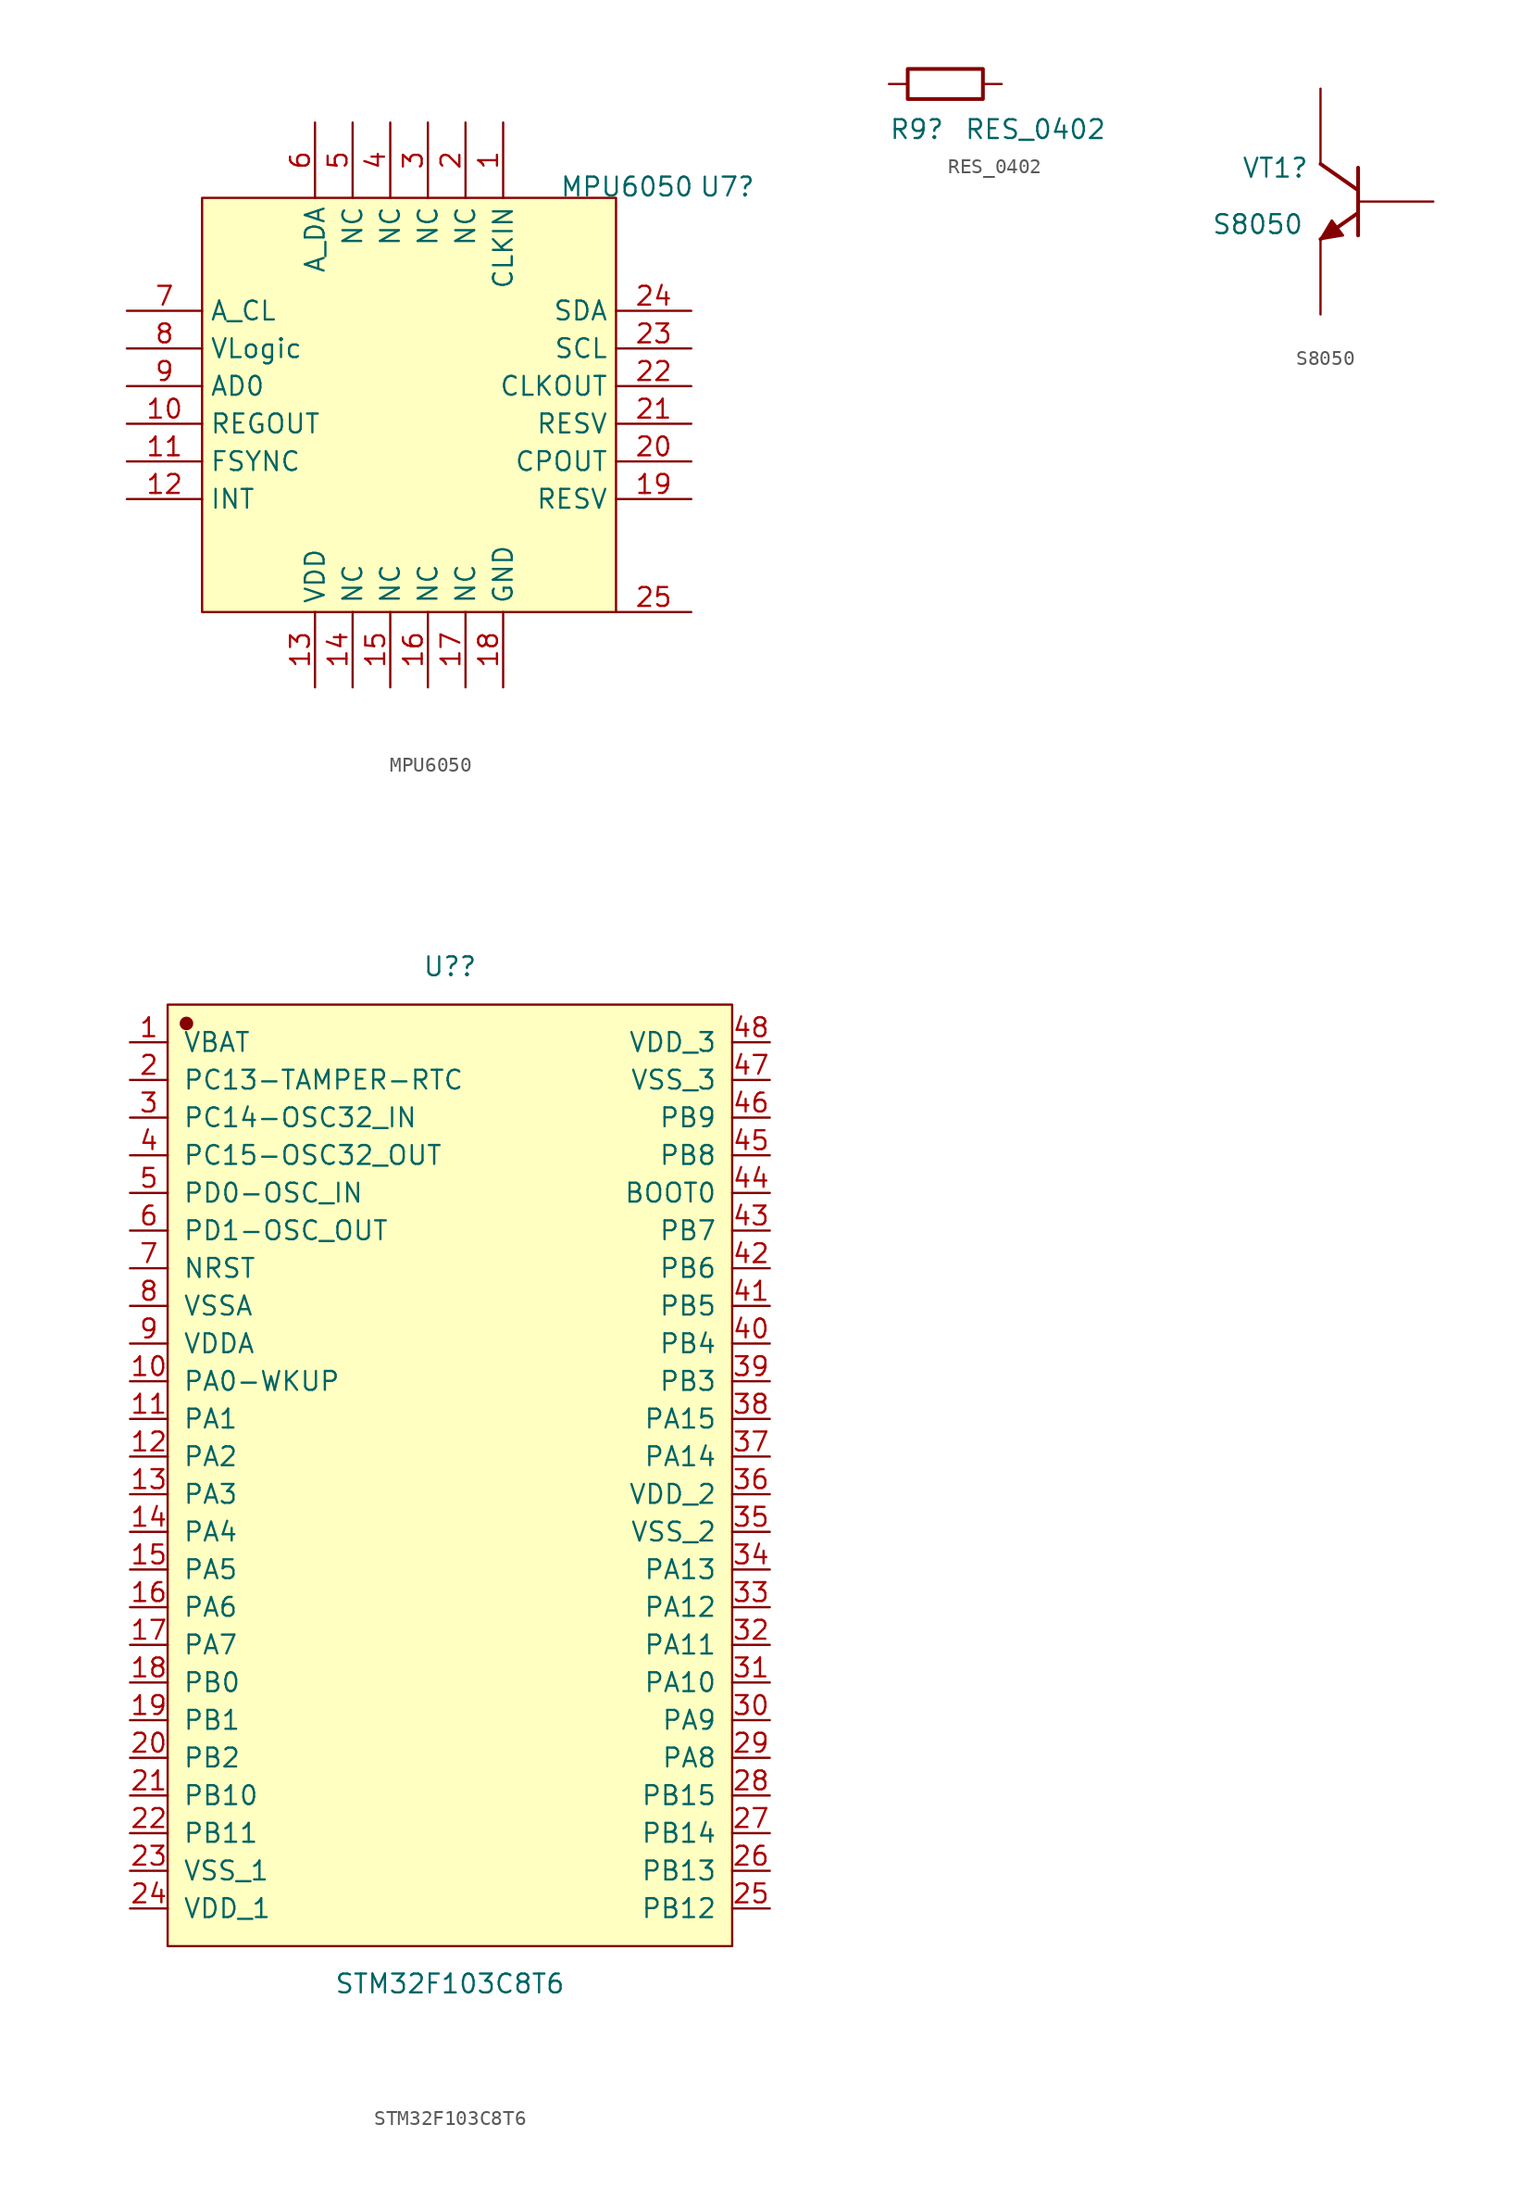
<source format=kicad_sym>
(kicad_symbol_lib
  (version 20220914)
  (generator kicad_symbol_editor)
  (symbol "MPU6050"
    (property "Reference" "U7"
      (at 19.558 13.97 0)
      (effects (font (size 1.27 1.27)) (justify left bottom)))
    (property "Value" "MPU6050"
      (at 10.16 13.97 0)
      (effects (font (size 1.27 1.27)) (justify left bottom)))
    (symbol "MPU6050_1_0"
      (rectangle (start 13.97 13.97) (end -13.97 -13.97) (stroke (width 0) (type default)) (fill (type background)))
      (pin passive line (at 6.35 19.05 270) (length 5.08) (name "CLKIN" (effects (font (size 1.27 1.27)))) (number "1" (effects (font (size 1.27 1.27)))))
      (pin passive line (at -19.05 -1.27 0) (length 5.08) (name "REGOUT" (effects (font (size 1.27 1.27)))) (number "10" (effects (font (size 1.27 1.27)))))
      (pin passive line (at -19.05 -3.81 0) (length 5.08) (name "FSYNC" (effects (font (size 1.27 1.27)))) (number "11" (effects (font (size 1.27 1.27)))))
      (pin passive line (at -19.05 -6.35 0) (length 5.08) (name "INT" (effects (font (size 1.27 1.27)))) (number "12" (effects (font (size 1.27 1.27)))))
      (pin passive line (at -6.35 -19.05 90) (length 5.08) (name "VDD" (effects (font (size 1.27 1.27)))) (number "13" (effects (font (size 1.27 1.27)))))
      (pin passive line (at -3.81 -19.05 90) (length 5.08) (name "NC" (effects (font (size 1.27 1.27)))) (number "14" (effects (font (size 1.27 1.27)))))
      (pin passive line (at -1.27 -19.05 90) (length 5.08) (name "NC" (effects (font (size 1.27 1.27)))) (number "15" (effects (font (size 1.27 1.27)))))
      (pin passive line (at 1.27 -19.05 90) (length 5.08) (name "NC" (effects (font (size 1.27 1.27)))) (number "16" (effects (font (size 1.27 1.27)))))
      (pin passive line (at 3.81 -19.05 90) (length 5.08) (name "NC" (effects (font (size 1.27 1.27)))) (number "17" (effects (font (size 1.27 1.27)))))
      (pin passive line (at 6.35 -19.05 90) (length 5.08) (name "GND" (effects (font (size 1.27 1.27)))) (number "18" (effects (font (size 1.27 1.27)))))
      (pin passive line (at 19.05 -6.35 180) (length 5.08) (name "RESV" (effects (font (size 1.27 1.27)))) (number "19" (effects (font (size 1.27 1.27)))))
      (pin passive line (at 3.81 19.05 270) (length 5.08) (name "NC" (effects (font (size 1.27 1.27)))) (number "2" (effects (font (size 1.27 1.27)))))
      (pin passive line (at 19.05 -3.81 180) (length 5.08) (name "CPOUT" (effects (font (size 1.27 1.27)))) (number "20" (effects (font (size 1.27 1.27)))))
      (pin passive line (at 19.05 -1.27 180) (length 5.08) (name "RESV" (effects (font (size 1.27 1.27)))) (number "21" (effects (font (size 1.27 1.27)))))
      (pin passive line (at 19.05 1.27 180) (length 5.08) (name "CLKOUT" (effects (font (size 1.27 1.27)))) (number "22" (effects (font (size 1.27 1.27)))))
      (pin passive line (at 19.05 3.81 180) (length 5.08) (name "SCL" (effects (font (size 1.27 1.27)))) (number "23" (effects (font (size 1.27 1.27)))))
      (pin passive line (at 19.05 6.35 180) (length 5.08) (name "SDA" (effects (font (size 1.27 1.27)))) (number "24" (effects (font (size 1.27 1.27)))))
      (pin passive line (at 19.05 -13.97 180) (length 5.08) (name "" (effects (font (size 1.27 1.27)))) (number "25" (effects (font (size 1.27 1.27)))))
      (pin passive line (at 1.27 19.05 270) (length 5.08) (name "NC" (effects (font (size 1.27 1.27)))) (number "3" (effects (font (size 1.27 1.27)))))
      (pin passive line (at -1.27 19.05 270) (length 5.08) (name "NC" (effects (font (size 1.27 1.27)))) (number "4" (effects (font (size 1.27 1.27)))))
      (pin passive line (at -3.81 19.05 270) (length 5.08) (name "NC" (effects (font (size 1.27 1.27)))) (number "5" (effects (font (size 1.27 1.27)))))
      (pin passive line (at -6.35 19.05 270) (length 5.08) (name "A_DA" (effects (font (size 1.27 1.27)))) (number "6" (effects (font (size 1.27 1.27)))))
      (pin passive line (at -19.05 6.35 0) (length 5.08) (name "A_CL" (effects (font (size 1.27 1.27)))) (number "7" (effects (font (size 1.27 1.27)))))
      (pin passive line (at -19.05 3.81 0) (length 5.08) (name "VLogic" (effects (font (size 1.27 1.27)))) (number "8" (effects (font (size 1.27 1.27)))))
      (pin passive line (at -19.05 1.27 0) (length 5.08) (name "AD0" (effects (font (size 1.27 1.27)))) (number "9" (effects (font (size 1.27 1.27)))))))
  (symbol "RES_0402"
    (property "Reference" "R9"
      (at -3.81 -3.81 0)
      (effects (font (size 1.27 1.27)) (justify left bottom)))
    (property "Value" "RES_0402"
      (at 1.27 -3.81 0)
      (effects (font (size 1.27 1.27)) (justify left bottom)))
    (symbol "RES_0402_1_0"
      (rectangle (start 2.54 1.016) (end -2.54 -1.016) (stroke (width 0.254) (type default)) (fill (type none)))
      (pin passive line (at 3.81 0 180) (length 1.27) (name "1" (effects (font (size 0 0)))) (number "1" (effects (font (size 0 0)))))
      (pin passive line (at -3.81 0 0) (length 1.27) (name "2" (effects (font (size 0 0)))) (number "2" (effects (font (size 0 0)))))))
  (symbol "S8050"
    (property "Reference" "VT1"
      (at -7.874 1.524 0)
      (effects (font (size 1.27 1.27)) (justify left bottom)))
    (property "Value" "S8050"
      (at -9.906 -2.286 0)
      (effects (font (size 1.27 1.27)) (justify left bottom)))
    (symbol "S8050_1_0"
      (polyline (pts (xy -2.54 2.54) (xy 0 0.762)) (stroke (width 0.254) (type default)) (fill (type none)))
      (polyline (pts (xy 0 -0.762) (xy -2.54 -2.54)) (stroke (width 0.254) (type default)) (fill (type none)))
      (polyline (pts (xy 0 2.286) (xy 0 -2.286)) (stroke (width 0.254) (type default)) (fill (type none)))
      (polyline (pts (xy -2.54 -2.54) (xy -1.778 -1.27) (xy -1.016 -2.286) (xy -2.54 -2.54)) (stroke (width 0) (type default)) (fill (type outline)))
      (pin passive line (at 5.08 0 180) (length 5.08) (name "B" (effects (font (size 0 0)))) (number "1" (effects (font (size 0 0)))))
      (pin passive line (at -2.54 -7.62 90) (length 5.08) (name "E" (effects (font (size 0 0)))) (number "2" (effects (font (size 0 0)))))
      (pin passive line (at -2.54 7.62 270) (length 5.08) (name "C" (effects (font (size 0 0)))) (number "3" (effects (font (size 0 0)))))))
  (symbol "STM32F103C8T6"
    (pin_names
      (offset 1.016))
    (property "Reference" "U?"
      (at 0 34.315 0)
      (effects (font (size 1.27 1.27))))
    (property "Value" "STM32F103C8T6"
      (at 0 -34.29 0)
      (effects (font (size 1.27 1.27))))
    (symbol "STM32F103C8T6_1_1"
      (rectangle (start -19.05 31.75) (end 19.05 -31.75) (stroke (width 0.152) (type default)) (fill (type background)))
      (circle (center -17.78 30.48) (radius 0.381) (stroke (width 0.152) (type default)) (fill (type outline)))
      (pin input line (at -21.59 29.21 0) (length 2.54) (name "VBAT" (effects (font (size 1.27 1.27)))) (number "1" (effects (font (size 1.27 1.27)))))
      (pin input line (at -21.59 6.35 0) (length 2.54) (name "PA0-WKUP" (effects (font (size 1.27 1.27)))) (number "10" (effects (font (size 1.27 1.27)))))
      (pin input line (at -21.59 3.81 0) (length 2.54) (name "PA1" (effects (font (size 1.27 1.27)))) (number "11" (effects (font (size 1.27 1.27)))))
      (pin input line (at -21.59 1.27 0) (length 2.54) (name "PA2" (effects (font (size 1.27 1.27)))) (number "12" (effects (font (size 1.27 1.27)))))
      (pin input line (at -21.59 -1.27 0) (length 2.54) (name "PA3" (effects (font (size 1.27 1.27)))) (number "13" (effects (font (size 1.27 1.27)))))
      (pin input line (at -21.59 -3.81 0) (length 2.54) (name "PA4" (effects (font (size 1.27 1.27)))) (number "14" (effects (font (size 1.27 1.27)))))
      (pin input line (at -21.59 -6.35 0) (length 2.54) (name "PA5" (effects (font (size 1.27 1.27)))) (number "15" (effects (font (size 1.27 1.27)))))
      (pin input line (at -21.59 -8.89 0) (length 2.54) (name "PA6" (effects (font (size 1.27 1.27)))) (number "16" (effects (font (size 1.27 1.27)))))
      (pin input line (at -21.59 -11.43 0) (length 2.54) (name "PA7" (effects (font (size 1.27 1.27)))) (number "17" (effects (font (size 1.27 1.27)))))
      (pin input line (at -21.59 -13.97 0) (length 2.54) (name "PB0" (effects (font (size 1.27 1.27)))) (number "18" (effects (font (size 1.27 1.27)))))
      (pin input line (at -21.59 -16.51 0) (length 2.54) (name "PB1" (effects (font (size 1.27 1.27)))) (number "19" (effects (font (size 1.27 1.27)))))
      (pin input line (at -21.59 26.67 0) (length 2.54) (name "PC13-TAMPER-RTC" (effects (font (size 1.27 1.27)))) (number "2" (effects (font (size 1.27 1.27)))))
      (pin input line (at -21.59 -19.05 0) (length 2.54) (name "PB2" (effects (font (size 1.27 1.27)))) (number "20" (effects (font (size 1.27 1.27)))))
      (pin input line (at -21.59 -21.59 0) (length 2.54) (name "PB10" (effects (font (size 1.27 1.27)))) (number "21" (effects (font (size 1.27 1.27)))))
      (pin input line (at -21.59 -24.13 0) (length 2.54) (name "PB11" (effects (font (size 1.27 1.27)))) (number "22" (effects (font (size 1.27 1.27)))))
      (pin input line (at -21.59 -26.67 0) (length 2.54) (name "VSS_1" (effects (font (size 1.27 1.27)))) (number "23" (effects (font (size 1.27 1.27)))))
      (pin input line (at -21.59 -29.21 0) (length 2.54) (name "VDD_1" (effects (font (size 1.27 1.27)))) (number "24" (effects (font (size 1.27 1.27)))))
      (pin input line (at 21.59 -29.21 180) (length 2.54) (name "PB12" (effects (font (size 1.27 1.27)))) (number "25" (effects (font (size 1.27 1.27)))))
      (pin input line (at 21.59 -26.67 180) (length 2.54) (name "PB13" (effects (font (size 1.27 1.27)))) (number "26" (effects (font (size 1.27 1.27)))))
      (pin input line (at 21.59 -24.13 180) (length 2.54) (name "PB14" (effects (font (size 1.27 1.27)))) (number "27" (effects (font (size 1.27 1.27)))))
      (pin input line (at 21.59 -21.59 180) (length 2.54) (name "PB15" (effects (font (size 1.27 1.27)))) (number "28" (effects (font (size 1.27 1.27)))))
      (pin input line (at 21.59 -19.05 180) (length 2.54) (name "PA8" (effects (font (size 1.27 1.27)))) (number "29" (effects (font (size 1.27 1.27)))))
      (pin input line (at -21.59 24.13 0) (length 2.54) (name "PC14-OSC32_IN" (effects (font (size 1.27 1.27)))) (number "3" (effects (font (size 1.27 1.27)))))
      (pin input line (at 21.59 -16.51 180) (length 2.54) (name "PA9" (effects (font (size 1.27 1.27)))) (number "30" (effects (font (size 1.27 1.27)))))
      (pin input line (at 21.59 -13.97 180) (length 2.54) (name "PA10" (effects (font (size 1.27 1.27)))) (number "31" (effects (font (size 1.27 1.27)))))
      (pin input line (at 21.59 -11.43 180) (length 2.54) (name "PA11" (effects (font (size 1.27 1.27)))) (number "32" (effects (font (size 1.27 1.27)))))
      (pin input line (at 21.59 -8.89 180) (length 2.54) (name "PA12" (effects (font (size 1.27 1.27)))) (number "33" (effects (font (size 1.27 1.27)))))
      (pin input line (at 21.59 -6.35 180) (length 2.54) (name "PA13" (effects (font (size 1.27 1.27)))) (number "34" (effects (font (size 1.27 1.27)))))
      (pin input line (at 21.59 -3.81 180) (length 2.54) (name "VSS_2" (effects (font (size 1.27 1.27)))) (number "35" (effects (font (size 1.27 1.27)))))
      (pin input line (at 21.59 -1.27 180) (length 2.54) (name "VDD_2" (effects (font (size 1.27 1.27)))) (number "36" (effects (font (size 1.27 1.27)))))
      (pin input line (at 21.59 1.27 180) (length 2.54) (name "PA14" (effects (font (size 1.27 1.27)))) (number "37" (effects (font (size 1.27 1.27)))))
      (pin input line (at 21.59 3.81 180) (length 2.54) (name "PA15" (effects (font (size 1.27 1.27)))) (number "38" (effects (font (size 1.27 1.27)))))
      (pin input line (at 21.59 6.35 180) (length 2.54) (name "PB3" (effects (font (size 1.27 1.27)))) (number "39" (effects (font (size 1.27 1.27)))))
      (pin input line (at -21.59 21.59 0) (length 2.54) (name "PC15-OSC32_OUT" (effects (font (size 1.27 1.27)))) (number "4" (effects (font (size 1.27 1.27)))))
      (pin input line (at 21.59 8.89 180) (length 2.54) (name "PB4" (effects (font (size 1.27 1.27)))) (number "40" (effects (font (size 1.27 1.27)))))
      (pin input line (at 21.59 11.43 180) (length 2.54) (name "PB5" (effects (font (size 1.27 1.27)))) (number "41" (effects (font (size 1.27 1.27)))))
      (pin input line (at 21.59 13.97 180) (length 2.54) (name "PB6" (effects (font (size 1.27 1.27)))) (number "42" (effects (font (size 1.27 1.27)))))
      (pin input line (at 21.59 16.51 180) (length 2.54) (name "PB7" (effects (font (size 1.27 1.27)))) (number "43" (effects (font (size 1.27 1.27)))))
      (pin input line (at 21.59 19.05 180) (length 2.54) (name "BOOT0" (effects (font (size 1.27 1.27)))) (number "44" (effects (font (size 1.27 1.27)))))
      (pin input line (at 21.59 21.59 180) (length 2.54) (name "PB8" (effects (font (size 1.27 1.27)))) (number "45" (effects (font (size 1.27 1.27)))))
      (pin input line (at 21.59 24.13 180) (length 2.54) (name "PB9" (effects (font (size 1.27 1.27)))) (number "46" (effects (font (size 1.27 1.27)))))
      (pin input line (at 21.59 26.67 180) (length 2.54) (name "VSS_3" (effects (font (size 1.27 1.27)))) (number "47" (effects (font (size 1.27 1.27)))))
      (pin input line (at 21.59 29.21 180) (length 2.54) (name "VDD_3" (effects (font (size 1.27 1.27)))) (number "48" (effects (font (size 1.27 1.27)))))
      (pin input line (at -21.59 19.05 0) (length 2.54) (name "PD0-OSC_IN" (effects (font (size 1.27 1.27)))) (number "5" (effects (font (size 1.27 1.27)))))
      (pin input line (at -21.59 16.51 0) (length 2.54) (name "PD1-OSC_OUT" (effects (font (size 1.27 1.27)))) (number "6" (effects (font (size 1.27 1.27)))))
      (pin input line (at -21.59 13.97 0) (length 2.54) (name "NRST" (effects (font (size 1.27 1.27)))) (number "7" (effects (font (size 1.27 1.27)))))
      (pin input line (at -21.59 11.43 0) (length 2.54) (name "VSSA" (effects (font (size 1.27 1.27)))) (number "8" (effects (font (size 1.27 1.27)))))
      (pin input line (at -21.59 8.89 0) (length 2.54) (name "VDDA" (effects (font (size 1.27 1.27)))) (number "9" (effects (font (size 1.27 1.27))))))))
</source>
